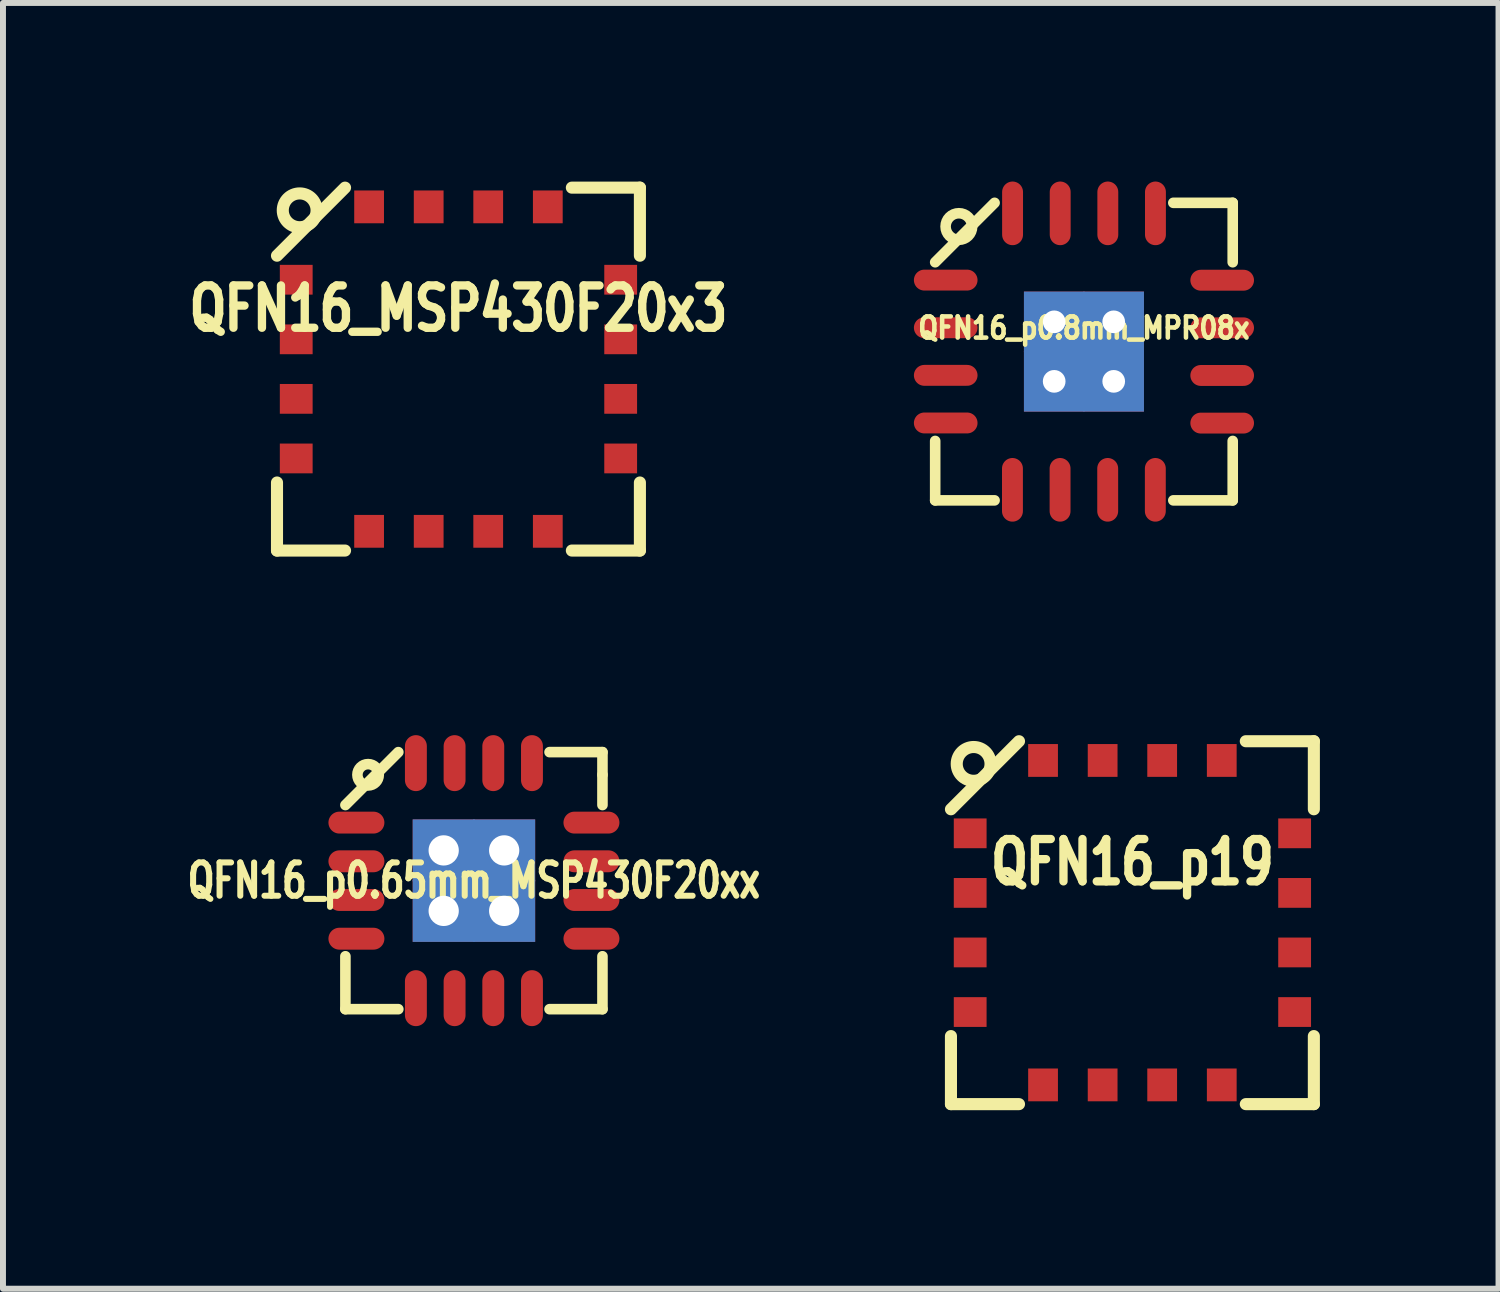
<source format=kicad_pcb>
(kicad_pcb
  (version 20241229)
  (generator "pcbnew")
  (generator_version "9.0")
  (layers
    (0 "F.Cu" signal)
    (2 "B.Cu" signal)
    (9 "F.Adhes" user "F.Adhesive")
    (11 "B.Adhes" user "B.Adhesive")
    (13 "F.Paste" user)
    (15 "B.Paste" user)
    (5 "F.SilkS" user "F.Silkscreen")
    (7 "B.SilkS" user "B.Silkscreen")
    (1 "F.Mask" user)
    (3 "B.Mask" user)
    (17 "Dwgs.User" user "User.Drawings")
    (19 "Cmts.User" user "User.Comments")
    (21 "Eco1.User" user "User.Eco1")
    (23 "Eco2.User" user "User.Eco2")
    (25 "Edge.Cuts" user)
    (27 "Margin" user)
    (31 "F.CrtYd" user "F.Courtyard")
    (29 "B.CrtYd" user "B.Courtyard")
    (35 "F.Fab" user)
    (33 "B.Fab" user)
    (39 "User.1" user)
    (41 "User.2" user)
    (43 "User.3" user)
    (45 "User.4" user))
  (footprint "QFN16_MSP430F20x3"
    (layer "F.Cu")
    (at 4.651 3.15)
    (property "Reference" "QFN16_MSP430F20x3" (at 0 -1.016 0) (layer "F.SilkS") (effects (font (size 0.711 0.559) (thickness 0.203))))
    (attr smd)
    (fp_line (start -3.048 1.905) (end -3.048 3.048) (stroke (width 0.203) (type solid)) (layer "F.SilkS"))
    (fp_line (start -3.048 3.048) (end -1.905 3.048) (stroke (width 0.203) (type solid)) (layer "F.SilkS"))
    (fp_line (start -1.905 -3.048) (end -3.048 -1.905) (stroke (width 0.203) (type solid)) (layer "F.SilkS"))
    (fp_line (start 1.905 3.048) (end 3.048 3.048) (stroke (width 0.203) (type solid)) (layer "F.SilkS"))
    (fp_line (start 3.048 -3.048) (end 1.905 -3.048) (stroke (width 0.203) (type solid)) (layer "F.SilkS"))
    (fp_line (start 3.048 -3.048) (end 3.048 -1.905) (stroke (width 0.203) (type solid)) (layer "F.SilkS"))
    (fp_line (start 3.048 3.048) (end 3.048 1.905) (stroke (width 0.203) (type solid)) (layer "F.SilkS"))
    (fp_circle (center -2.667 -2.667) (end -2.921 -2.794) (stroke (width 0.203) (type solid)) (fill no) (layer "F.SilkS"))
    (pad "1" smd rect (at -2.725 -1.501 90) (size 0.5 0.551) (layers "F.Cu" "F.Mask" "F.Paste"))
    (pad "2" smd rect (at -2.725 -0.5 90) (size 0.5 0.551) (layers "F.Cu" "F.Mask" "F.Paste"))
    (pad "3" smd rect (at -2.725 0.5 90) (size 0.5 0.551) (layers "F.Cu" "F.Mask" "F.Paste"))
    (pad "4" smd rect (at -2.725 1.501 90) (size 0.5 0.551) (layers "F.Cu" "F.Mask" "F.Paste"))
    (pad "5" smd rect (at -1.501 2.725) (size 0.5 0.551) (layers "F.Cu" "F.Mask" "F.Paste"))
    (pad "6" smd rect (at -0.5 2.725) (size 0.5 0.551) (layers "F.Cu" "F.Mask" "F.Paste"))
    (pad "7" smd rect (at 0.5 2.725) (size 0.5 0.551) (layers "F.Cu" "F.Mask" "F.Paste"))
    (pad "8" smd rect (at 1.501 2.725) (size 0.5 0.551) (layers "F.Cu" "F.Mask" "F.Paste"))
    (pad "9" smd rect (at 2.725 1.501 270) (size 0.5 0.551) (layers "F.Cu" "F.Mask" "F.Paste"))
    (pad "10" smd rect (at 2.725 0.5 270) (size 0.5 0.551) (layers "F.Cu" "F.Mask" "F.Paste"))
    (pad "11" smd rect (at 2.725 -0.5 270) (size 0.5 0.551) (layers "F.Cu" "F.Mask" "F.Paste"))
    (pad "12" smd rect (at 2.725 -1.501 270) (size 0.5 0.551) (layers "F.Cu" "F.Mask" "F.Paste"))
    (pad "13" smd rect (at 1.501 -2.725) (size 0.5 0.551) (layers "F.Cu" "F.Mask" "F.Paste"))
    (pad "14" smd rect (at 0.5 -2.725) (size 0.5 0.551) (layers "F.Cu" "F.Mask" "F.Paste"))
    (pad "15" smd rect (at -0.5 -2.725) (size 0.5 0.551) (layers "F.Cu" "F.Mask" "F.Paste"))
    (pad "16" smd rect (at -1.501 -2.725) (size 0.5 0.551) (layers "F.Cu" "F.Mask" "F.Paste")))
  (footprint "QFN16_p19"
    (layer "F.Cu")
    (at 15.972 12.449)
    (property "Reference" "QFN16_p19" (at 0 -1.016 0) (layer "F.SilkS") (effects (font (size 0.711 0.559) (thickness 0.203))))
    (attr smd)
    (fp_line (start -3.048 1.905) (end -3.048 3.048) (stroke (width 0.203) (type solid)) (layer "F.SilkS"))
    (fp_line (start -3.048 3.048) (end -1.905 3.048) (stroke (width 0.203) (type solid)) (layer "F.SilkS"))
    (fp_line (start -1.905 -3.048) (end -3.048 -1.905) (stroke (width 0.203) (type solid)) (layer "F.SilkS"))
    (fp_line (start 1.905 3.048) (end 3.048 3.048) (stroke (width 0.203) (type solid)) (layer "F.SilkS"))
    (fp_line (start 3.048 -3.048) (end 1.905 -3.048) (stroke (width 0.203) (type solid)) (layer "F.SilkS"))
    (fp_line (start 3.048 -3.048) (end 3.048 -1.905) (stroke (width 0.203) (type solid)) (layer "F.SilkS"))
    (fp_line (start 3.048 3.048) (end 3.048 1.905) (stroke (width 0.203) (type solid)) (layer "F.SilkS"))
    (fp_circle (center -2.667 -2.667) (end -2.921 -2.794) (stroke (width 0.203) (type solid)) (fill no) (layer "F.SilkS"))
    (pad "1" smd rect (at -2.725 -1.501 90) (size 0.5 0.551) (layers "F.Cu" "F.Mask" "F.Paste"))
    (pad "2" smd rect (at -2.725 -0.5 90) (size 0.5 0.551) (layers "F.Cu" "F.Mask" "F.Paste"))
    (pad "3" smd rect (at -2.725 0.5 90) (size 0.5 0.551) (layers "F.Cu" "F.Mask" "F.Paste"))
    (pad "4" smd rect (at -2.725 1.501 90) (size 0.5 0.551) (layers "F.Cu" "F.Mask" "F.Paste"))
    (pad "5" smd rect (at -1.501 2.725) (size 0.5 0.551) (layers "F.Cu" "F.Mask" "F.Paste"))
    (pad "6" smd rect (at -0.5 2.725) (size 0.5 0.551) (layers "F.Cu" "F.Mask" "F.Paste"))
    (pad "7" smd rect (at 0.5 2.725) (size 0.5 0.551) (layers "F.Cu" "F.Mask" "F.Paste"))
    (pad "8" smd rect (at 1.501 2.725) (size 0.5 0.551) (layers "F.Cu" "F.Mask" "F.Paste"))
    (pad "9" smd rect (at 2.725 1.501 270) (size 0.5 0.551) (layers "F.Cu" "F.Mask" "F.Paste"))
    (pad "10" smd rect (at 2.725 0.5 270) (size 0.5 0.551) (layers "F.Cu" "F.Mask" "F.Paste"))
    (pad "11" smd rect (at 2.725 -0.5 270) (size 0.5 0.551) (layers "F.Cu" "F.Mask" "F.Paste"))
    (pad "12" smd rect (at 2.725 -1.501 270) (size 0.5 0.551) (layers "F.Cu" "F.Mask" "F.Paste"))
    (pad "13" smd rect (at 1.501 -2.725) (size 0.5 0.551) (layers "F.Cu" "F.Mask" "F.Paste"))
    (pad "14" smd rect (at 0.5 -2.725) (size 0.5 0.551) (layers "F.Cu" "F.Mask" "F.Paste"))
    (pad "15" smd rect (at -0.5 -2.725) (size 0.5 0.551) (layers "F.Cu" "F.Mask" "F.Paste"))
    (pad "16" smd rect (at -1.501 -2.725) (size 0.5 0.551) (layers "F.Cu" "F.Mask" "F.Paste")))
  (footprint "QFN16_p0.8mm_MPR08x"
    (layer "F.Cu")
    (at 15.158 2.856)
    (property "Reference" "QFN16_p0.8mm_MPR08x" (at 0 -0.396 0) (layer "F.SilkS") (effects (font (size 0.356 0.305) (thickness 0.178))))
    (attr smd)
    (fp_line (start -2.499 2.499) (end -2.499 1.501) (stroke (width 0.178) (type solid)) (layer "F.SilkS"))
    (fp_line (start -1.501 -2.499) (end -2.499 -1.501) (stroke (width 0.178) (type solid)) (layer "F.SilkS"))
    (fp_line (start -1.501 2.499) (end -2.499 2.499) (stroke (width 0.178) (type solid)) (layer "F.SilkS"))
    (fp_line (start 1.501 -2.499) (end 2.499 -2.499) (stroke (width 0.178) (type solid)) (layer "F.SilkS"))
    (fp_line (start 2.499 -2.499) (end 2.499 -1.501) (stroke (width 0.178) (type solid)) (layer "F.SilkS"))
    (fp_line (start 2.499 2.499) (end 1.501 2.499) (stroke (width 0.178) (type solid)) (layer "F.SilkS"))
    (fp_line (start 2.499 2.499) (end 2.499 1.501) (stroke (width 0.178) (type solid)) (layer "F.SilkS"))
    (fp_circle (center -2.101 -2.101) (end -2.301 -2.2) (stroke (width 0.178) (type solid)) (fill no) (layer "F.SilkS"))
    (pad "1" smd oval (at -2.322 -1.201 90) (size 0.351 1.069) (layers "F.Cu" "F.Mask" "F.Paste"))
    (pad "2" smd oval (at -2.322 -0.401 90) (size 0.351 1.069) (layers "F.Cu" "F.Mask" "F.Paste"))
    (pad "3" smd oval (at -2.322 0.399 90) (size 0.351 1.069) (layers "F.Cu" "F.Mask" "F.Paste"))
    (pad "4" smd oval (at -2.322 1.199 90) (size 0.351 1.069) (layers "F.Cu" "F.Mask" "F.Paste"))
    (pad "5" smd oval (at -1.201 2.322) (size 0.351 1.069) (layers "F.Cu" "F.Mask" "F.Paste"))
    (pad "6" smd oval (at -0.401 2.322) (size 0.351 1.069) (layers "F.Cu" "F.Mask" "F.Paste"))
    (pad "7" smd oval (at 0.399 2.322) (size 0.351 1.069) (layers "F.Cu" "F.Mask" "F.Paste"))
    (pad "8" smd oval (at 1.199 2.322) (size 0.351 1.069) (layers "F.Cu" "F.Mask" "F.Paste"))
    (pad "9" smd oval (at 2.322 1.201 270) (size 0.351 1.069) (layers "F.Cu" "F.Mask" "F.Paste"))
    (pad "10" smd oval (at 2.322 0.401 270) (size 0.351 1.069) (layers "F.Cu" "F.Mask" "F.Paste"))
    (pad "11" smd oval (at 2.322 -0.399 270) (size 0.351 1.069) (layers "F.Cu" "F.Mask" "F.Paste"))
    (pad "12" smd oval (at 2.322 -1.199 270) (size 0.351 1.069) (layers "F.Cu" "F.Mask" "F.Paste"))
    (pad "13" smd oval (at 1.201 -2.322) (size 0.351 1.069) (layers "F.Cu" "F.Mask" "F.Paste"))
    (pad "14" smd oval (at 0.401 -2.322) (size 0.351 1.069) (layers "F.Cu" "F.Mask" "F.Paste"))
    (pad "15" smd oval (at -0.399 -2.322) (size 0.351 1.069) (layers "F.Cu" "F.Mask" "F.Paste"))
    (pad "16" smd oval (at -1.199 -2.322) (size 0.351 1.069) (layers "F.Cu" "F.Mask" "F.Paste"))
    (pad "17" thru_hole rect (at -0.5 -0.5) (size 1.016 1.016) (drill 0.381) (layers "*.Cu"))
    (pad "17" thru_hole rect (at -0.5 0.5) (size 1.016 1.016) (drill 0.381) (layers "*.Cu"))
    (pad "17" thru_hole rect (at 0.5 -0.5) (size 1.016 1.016) (drill 0.381) (layers "*.Cu"))
    (pad "17" thru_hole rect (at 0.5 0.5) (size 1.016 1.016) (drill 0.381) (layers "*.Cu")))
  (footprint "QFN16_p0.65mm_MSP430F20xx"
    (layer "F.Cu")
    (at 4.911 11.743)
    (property "Reference" "QFN16_p0.65mm_MSP430F20xx" (at 0 0 0) (layer "F.SilkS") (effects (font (size 0.559 0.406) (thickness 0.178))))
    (attr smd)
    (fp_line (start -2.159 2.159) (end -2.159 1.27) (stroke (width 0.178) (type solid)) (layer "F.SilkS"))
    (fp_line (start -1.27 -2.159) (end -2.159 -1.27) (stroke (width 0.178) (type solid)) (layer "F.SilkS"))
    (fp_line (start -1.27 2.159) (end -2.159 2.159) (stroke (width 0.178) (type solid)) (layer "F.SilkS"))
    (fp_line (start 1.27 -2.159) (end 2.159 -2.159) (stroke (width 0.178) (type solid)) (layer "F.SilkS"))
    (fp_line (start 1.27 2.159) (end 2.159 2.159) (stroke (width 0.178) (type solid)) (layer "F.SilkS"))
    (fp_line (start 2.159 -2.159) (end 2.159 -1.778) (stroke (width 0.178) (type solid)) (layer "F.SilkS"))
    (fp_line (start 2.159 -1.27) (end 2.159 -1.778) (stroke (width 0.178) (type solid)) (layer "F.SilkS"))
    (fp_line (start 2.159 2.159) (end 2.159 1.27) (stroke (width 0.178) (type solid)) (layer "F.SilkS"))
    (fp_circle (center -1.778 -1.778) (end -1.905 -1.905) (stroke (width 0.178) (type solid)) (fill no) (layer "F.SilkS"))
    (pad "1" smd oval (at -1.974 -0.975 90) (size 0.368 0.94) (layers "F.Cu" "F.Mask" "F.Paste"))
    (pad "2" smd oval (at -1.974 -0.325 90) (size 0.368 0.94) (layers "F.Cu" "F.Mask" "F.Paste"))
    (pad "3" smd oval (at -1.974 0.325 90) (size 0.368 0.94) (layers "F.Cu" "F.Mask" "F.Paste"))
    (pad "4" smd oval (at -1.974 0.975 90) (size 0.368 0.94) (layers "F.Cu" "F.Mask" "F.Paste"))
    (pad "5" smd oval (at -0.975 1.974) (size 0.368 0.94) (layers "F.Cu" "F.Mask" "F.Paste"))
    (pad "6" smd oval (at -0.325 1.974) (size 0.368 0.94) (layers "F.Cu" "F.Mask" "F.Paste"))
    (pad "7" smd oval (at 0.325 1.974) (size 0.368 0.94) (layers "F.Cu" "F.Mask" "F.Paste"))
    (pad "8" smd oval (at 0.975 1.974) (size 0.368 0.94) (layers "F.Cu" "F.Mask" "F.Paste"))
    (pad "9" smd oval (at 1.974 0.975 270) (size 0.368 0.94) (layers "F.Cu" "F.Mask" "F.Paste"))
    (pad "10" smd oval (at 1.974 0.325 270) (size 0.368 0.94) (layers "F.Cu" "F.Mask" "F.Paste"))
    (pad "11" smd oval (at 1.974 -0.325 270) (size 0.368 0.94) (layers "F.Cu" "F.Mask" "F.Paste"))
    (pad "12" smd oval (at 1.974 -0.975 270) (size 0.368 0.94) (layers "F.Cu" "F.Mask" "F.Paste"))
    (pad "13" smd oval (at 0.975 -1.974) (size 0.368 0.94) (layers "F.Cu" "F.Mask" "F.Paste"))
    (pad "14" smd oval (at 0.325 -1.974) (size 0.368 0.94) (layers "F.Cu" "F.Mask" "F.Paste"))
    (pad "15" smd oval (at -0.325 -1.974) (size 0.368 0.94) (layers "F.Cu" "F.Mask" "F.Paste"))
    (pad "16" smd oval (at -0.975 -1.974) (size 0.368 0.94) (layers "F.Cu" "F.Mask" "F.Paste"))
    (pad "17" thru_hole rect (at -0.508 -0.508 90) (size 1.041 1.041) (drill 0.508) (layers "*.Cu"))
    (pad "17" thru_hole rect (at -0.508 0.508 90) (size 1.041 1.041) (drill 0.508) (layers "*.Cu"))
    (pad "17" thru_hole rect (at 0.508 -0.508 90) (size 1.041 1.041) (drill 0.508) (layers "*.Cu"))
    (pad "17" thru_hole rect (at 0.508 0.508 90) (size 1.041 1.041) (drill 0.508) (layers "*.Cu")))
  (gr_rect
    (start -3 -3)
    (end 22.122 18.598)
    (stroke (width 0.1) (type default))
    (fill no)
    (layer "Edge.Cuts")))
</source>
